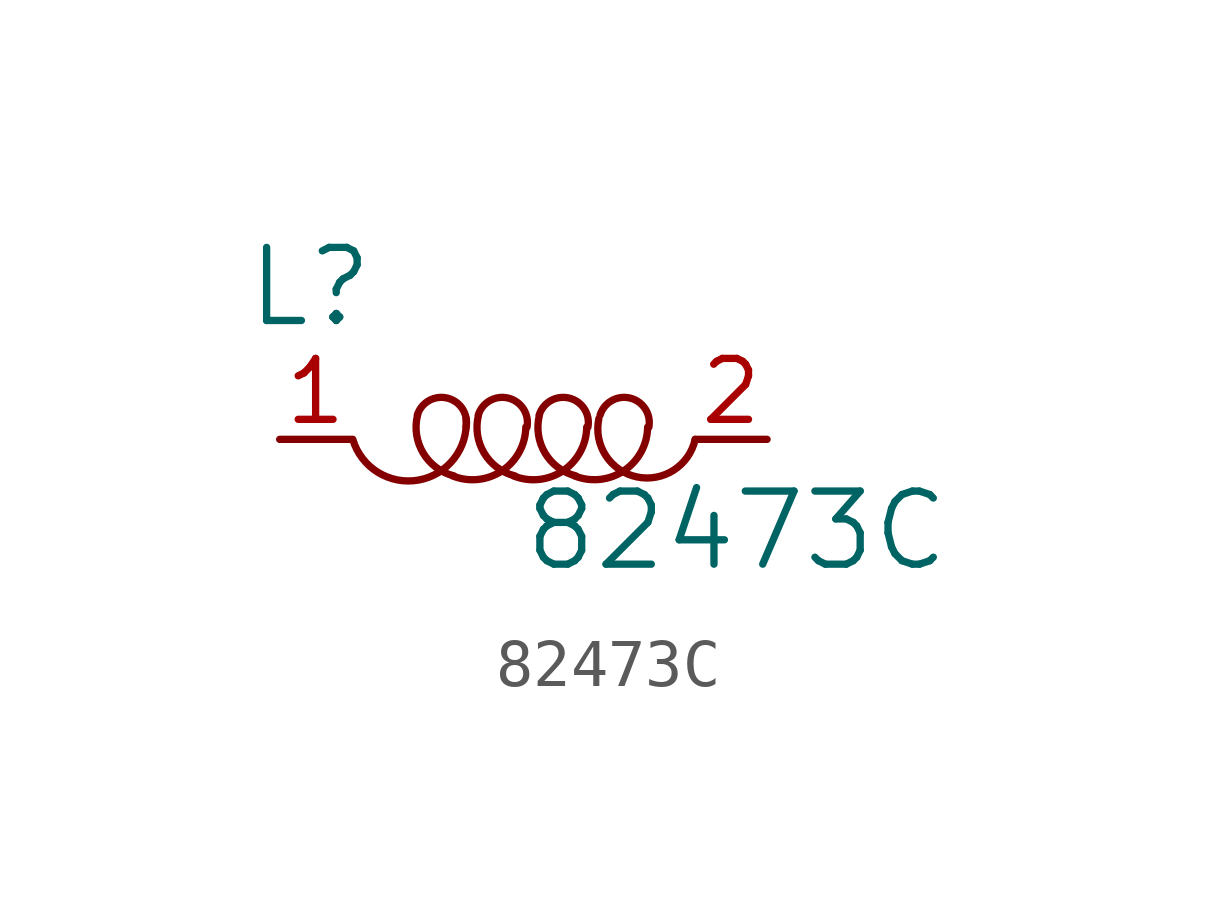
<source format=kicad_sym>
(kicad_symbol_lib
  (version 20220914)
  (generator kicad_symbol_editor)
  (symbol "82473C"
    (pin_names
      (offset 1.016))
    (property "Reference" "L"
      (at -4.445 3.175 0)
      (effects (font (size 1.524 1.524))))
    (property "Value" "82473C"
      (at 4.445 -1.905 0)
      (effects (font (size 1.524 1.524))))
    (symbol "82473C_0_1"
      (arc (start -3.556 0) (mid -2.1694 -0.8461) (end -1.1938 0.4318) (stroke (width 0) (type solid)) (fill (type none)))
      (arc (start -2.2098 0.508) (mid -2.0918 -0.2848) (end -1.4478 -0.762) (stroke (width 0) (type solid)) (fill (type none)))
      (arc (start -1.4732 -0.762) (mid -0.4347 -0.6489) (end 0.0508 0.254) (stroke (width 0) (type solid)) (fill (type none)))
      (arc (start -1.1938 0.254) (mid -1.5764 0.8583) (end -2.2098 0.508) (stroke (width 0) (type solid)) (fill (type none)))
      (arc (start -0.9398 0.508) (mid -0.8218 -0.2848) (end -0.1778 -0.762) (stroke (width 0) (type solid)) (fill (type none)))
      (arc (start -0.2032 -0.762) (mid 0.8353 -0.6489) (end 1.3208 0.254) (stroke (width 0) (type solid)) (fill (type none)))
      (arc (start 0.0762 0.254) (mid -0.3064 0.8583) (end -0.9398 0.508) (stroke (width 0) (type solid)) (fill (type none)))
      (arc (start 0.3302 0.508) (mid 0.4482 -0.2848) (end 1.0922 -0.762) (stroke (width 0) (type solid)) (fill (type none)))
      (arc (start 1.0668 -0.762) (mid 2.1053 -0.6489) (end 2.5908 0.254) (stroke (width 0) (type solid)) (fill (type none)))
      (arc (start 1.3462 0.254) (mid 0.9636 0.8583) (end 0.3302 0.508) (stroke (width 0) (type solid)) (fill (type none)))
      (arc (start 1.5748 0.4318) (mid 2.3727 -0.7843) (end 3.5814 0) (stroke (width 0) (type solid)) (fill (type none)))
      (arc (start 2.6162 0.254) (mid 2.2336 0.8583) (end 1.6002 0.508) (stroke (width 0) (type solid)) (fill (type none))))
    (symbol "82473C_1_1"
      (pin passive line (at -5.08 0 0) (length 1.499) (name "~" (effects (font (size 1.27 1.27)))) (number "1" (effects (font (size 1.27 1.27)))))
      (pin passive line (at 5.08 0 180) (length 1.499) (name "~" (effects (font (size 1.27 1.27)))) (number "2" (effects (font (size 1.27 1.27))))))))
</source>
